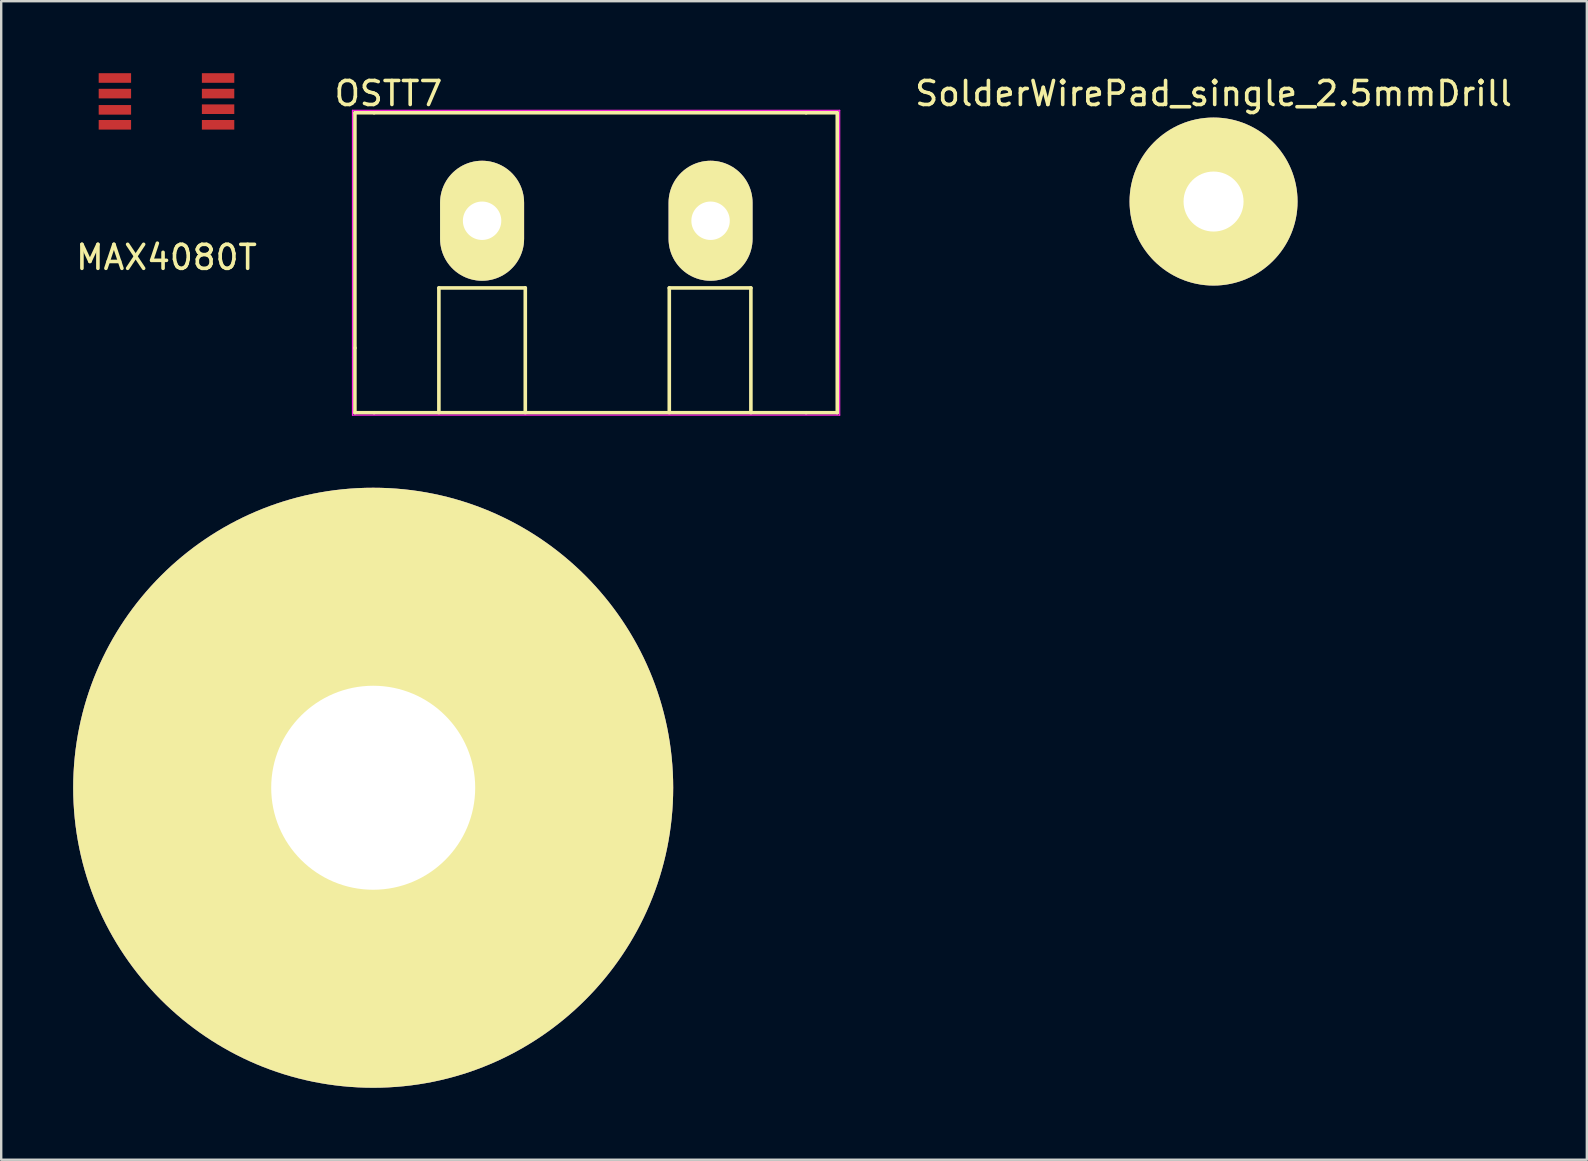
<source format=kicad_pcb>
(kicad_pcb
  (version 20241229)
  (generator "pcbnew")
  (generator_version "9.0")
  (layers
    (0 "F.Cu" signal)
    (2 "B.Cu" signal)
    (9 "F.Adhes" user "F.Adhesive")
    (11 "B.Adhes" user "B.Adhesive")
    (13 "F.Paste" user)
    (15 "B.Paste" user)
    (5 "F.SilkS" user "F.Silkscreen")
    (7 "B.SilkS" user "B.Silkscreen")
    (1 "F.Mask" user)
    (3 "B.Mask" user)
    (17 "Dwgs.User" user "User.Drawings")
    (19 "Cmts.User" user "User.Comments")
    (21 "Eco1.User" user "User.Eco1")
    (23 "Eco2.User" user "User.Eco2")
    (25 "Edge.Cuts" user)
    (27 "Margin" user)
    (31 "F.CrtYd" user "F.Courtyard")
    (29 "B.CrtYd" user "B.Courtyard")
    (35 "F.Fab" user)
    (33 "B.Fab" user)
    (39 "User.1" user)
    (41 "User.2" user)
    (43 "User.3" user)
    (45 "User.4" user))
  (footprint "Vbatt-"
    (layer "F.Cu")
    (at 12.5 29.773)
    (property "Reference" "Vbatt-" (at 0 0.5 0) (layer "F.SilkS") (effects (font (size 1 1) (thickness 0.15))))
    (attr through_hole)
    (pad "1" thru_hole circle (at 0 0) (size 25 25) (drill 8.5) (layers "*.Cu" "*.Mask" "F.SilkS")))
  (footprint "SolderWirePad_single_2.5mmDrill"
    (layer "F.Cu")
    (at 47.515 5.348)
    (property "Reference" "SolderWirePad_single_2.5mmDrill" (at 0 -4.5 0) (layer "F.SilkS") (effects (font (size 1 1) (thickness 0.15))))
    (attr through_hole)
    (pad "1" thru_hole circle (at 0 0) (size 7 7) (drill 2.5) (layers "*.Cu" "*.Mask" "F.SilkS")))
  (footprint "MAX4080T"
    (layer "F.Cu")
    (at 3.887 1.175)
    (property "Reference" "MAX4080T" (at 0 6.5 0) (layer "F.SilkS") (effects (font (size 1 1) (thickness 0.15))))
    (attr through_hole)
    (pad "1" smd rect (at -2.15 -0.975) (size 1.35 0.4) (layers "F.Cu" "F.Mask" "F.Paste"))
    (pad "2" smd rect (at -2.15 -0.325) (size 1.35 0.4) (layers "F.Cu" "F.Mask" "F.Paste"))
    (pad "3" smd rect (at -2.15 0.352) (size 1.35 0.4) (layers "F.Cu" "F.Mask" "F.Paste"))
    (pad "4" smd rect (at -2.15 0.975) (size 1.35 0.4) (layers "F.Cu" "F.Mask" "F.Paste"))
    (pad "5" smd rect (at 2.15 0.975) (size 1.35 0.4) (layers "F.Cu" "F.Mask" "F.Paste"))
    (pad "6" smd rect (at 2.15 0.325) (size 1.35 0.4) (layers "F.Cu" "F.Mask" "F.Paste"))
    (pad "7" smd rect (at 2.15 -0.325) (size 1.35 0.4) (layers "F.Cu" "F.Mask" "F.Paste"))
    (pad "8" smd rect (at 2.15 -0.975) (size 1.35 0.4) (layers "F.Cu" "F.Mask" "F.Paste")))
  (footprint "OSTT7"
    (layer "F.Cu")
    (at 17.037 6.148)
    (property "Reference" "OSTT7" (at -3.9 -5.3 0) (layer "F.SilkS") (effects (font (size 1 1) (thickness 0.15))))
    (attr exclude_from_pos_files exclude_from_bom)
    (fp_line (start -5.3 5.3) (end -5.3 -4.5) (stroke (width 0.15) (type solid)) (layer "F.SilkS"))
    (fp_line (start -5.3 5.3) (end -5.3 8) (stroke (width 0.15) (type solid)) (layer "F.SilkS"))
    (fp_line (start -5.3 8) (end -4.5 8) (stroke (width 0.15) (type solid)) (layer "F.SilkS"))
    (fp_line (start -4.5 -4.5) (end -5.3 -4.5) (stroke (width 0.15) (type solid)) (layer "F.SilkS"))
    (fp_line (start -4.5 -4.5) (end 13.5 -4.5) (stroke (width 0.15) (type solid)) (layer "F.SilkS"))
    (fp_line (start -4.5 8) (end 13.5 8) (stroke (width 0.15) (type solid)) (layer "F.SilkS"))
    (fp_line (start -1.8 2.8) (end 1.8 2.8) (stroke (width 0.15) (type solid)) (layer "F.SilkS"))
    (fp_line (start -1.8 8) (end -1.8 2.8) (stroke (width 0.15) (type solid)) (layer "F.SilkS"))
    (fp_line (start 1.8 2.8) (end 1.8 8) (stroke (width 0.15) (type solid)) (layer "F.SilkS"))
    (fp_line (start 7.8 2.8) (end 11.2 2.8) (stroke (width 0.15) (type solid)) (layer "F.SilkS"))
    (fp_line (start 7.8 8) (end 7.8 2.8) (stroke (width 0.15) (type solid)) (layer "F.SilkS"))
    (fp_line (start 11.2 2.8) (end 11.2 8) (stroke (width 0.15) (type solid)) (layer "F.SilkS"))
    (fp_line (start 13.5 -4.5) (end 14.8 -4.5) (stroke (width 0.15) (type solid)) (layer "F.SilkS"))
    (fp_line (start 13.5 8) (end 14.8 8) (stroke (width 0.15) (type solid)) (layer "F.SilkS"))
    (fp_line (start 14.8 -4.5) (end 14.8 8) (stroke (width 0.15) (type solid)) (layer "F.SilkS"))
    (fp_line (start -5.4 -4.6) (end 14.9 -4.6) (stroke (width 0.05) (type solid)) (layer "F.CrtYd"))
    (fp_line (start -5.4 5.7) (end -5.4 -4.6) (stroke (width 0.05) (type solid)) (layer "F.CrtYd"))
    (fp_line (start -5.4 8.1) (end -5.4 5.7) (stroke (width 0.05) (type solid)) (layer "F.CrtYd"))
    (fp_line (start 14.9 -4.6) (end 14.9 8.1) (stroke (width 0.05) (type solid)) (layer "F.CrtYd"))
    (fp_line (start 14.9 8.1) (end -5.4 8.1) (stroke (width 0.05) (type solid)) (layer "F.CrtYd"))
    (pad "1" thru_hole oval (at 0 0) (size 3.5 5) (drill 1.6) (layers "*.Cu" "F.Mask" "F.SilkS" "F.Paste"))
    (pad "2" thru_hole oval (at 9.52 0) (size 3.5 5) (drill 1.6) (layers "*.Cu" "F.Mask" "F.SilkS" "F.Paste")))
  (gr_rect
    (start -3 -3)
    (end 63.069 45.273)
    (stroke (width 0.1) (type default))
    (fill no)
    (layer "Edge.Cuts")))
</source>
